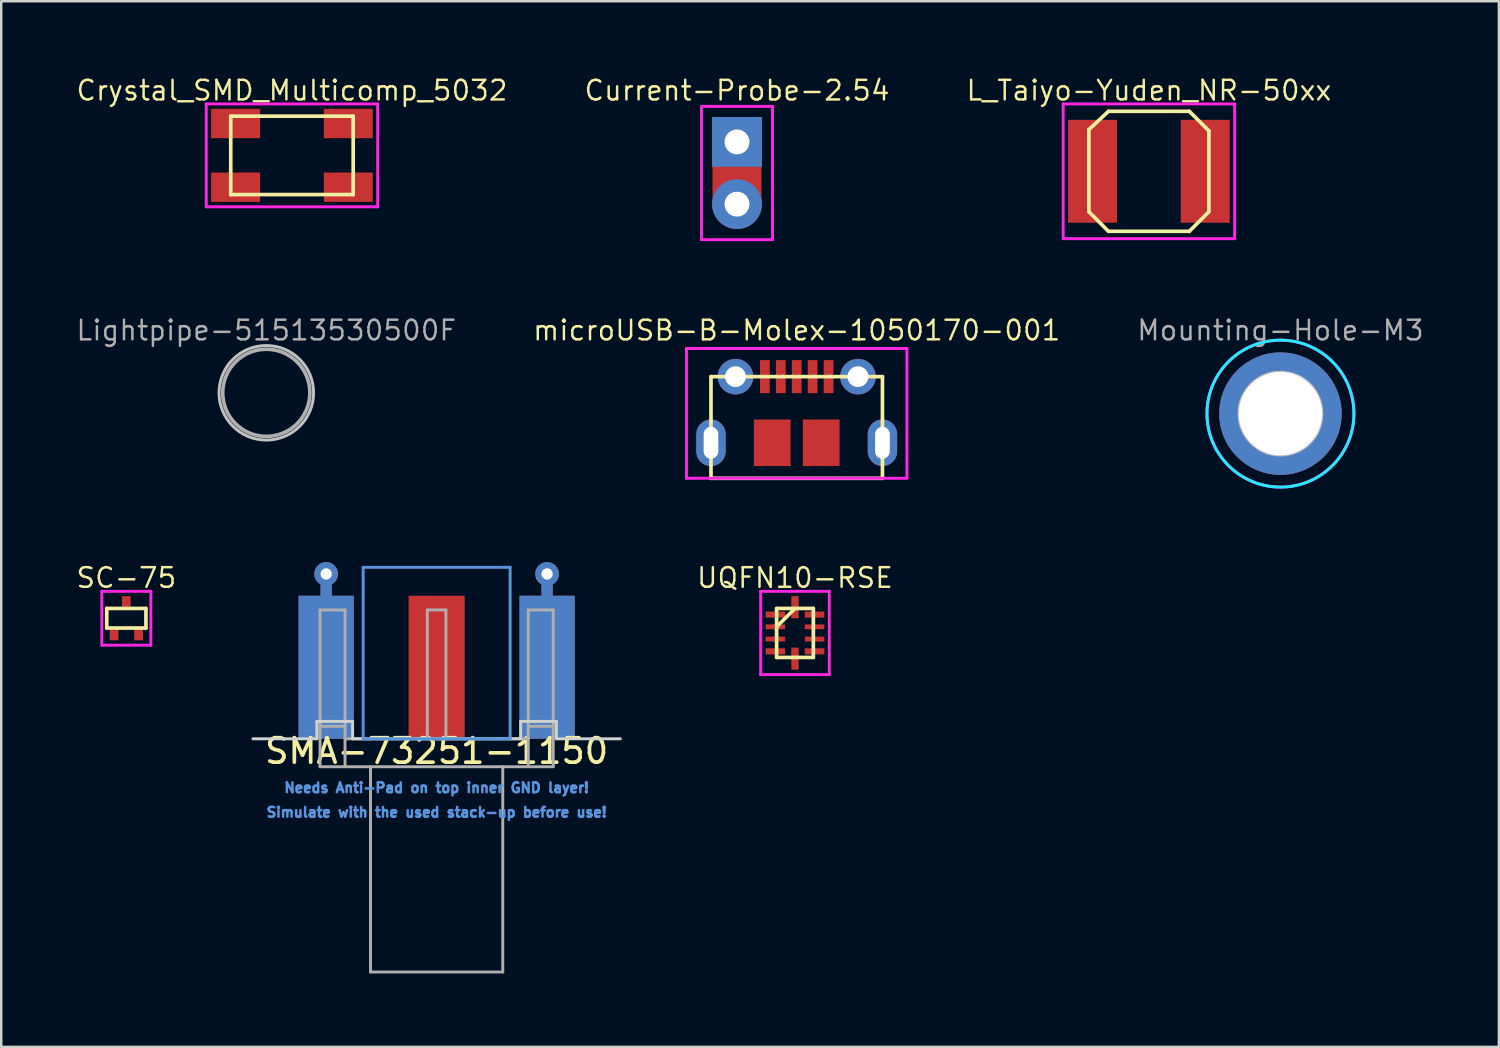
<source format=kicad_pcb>
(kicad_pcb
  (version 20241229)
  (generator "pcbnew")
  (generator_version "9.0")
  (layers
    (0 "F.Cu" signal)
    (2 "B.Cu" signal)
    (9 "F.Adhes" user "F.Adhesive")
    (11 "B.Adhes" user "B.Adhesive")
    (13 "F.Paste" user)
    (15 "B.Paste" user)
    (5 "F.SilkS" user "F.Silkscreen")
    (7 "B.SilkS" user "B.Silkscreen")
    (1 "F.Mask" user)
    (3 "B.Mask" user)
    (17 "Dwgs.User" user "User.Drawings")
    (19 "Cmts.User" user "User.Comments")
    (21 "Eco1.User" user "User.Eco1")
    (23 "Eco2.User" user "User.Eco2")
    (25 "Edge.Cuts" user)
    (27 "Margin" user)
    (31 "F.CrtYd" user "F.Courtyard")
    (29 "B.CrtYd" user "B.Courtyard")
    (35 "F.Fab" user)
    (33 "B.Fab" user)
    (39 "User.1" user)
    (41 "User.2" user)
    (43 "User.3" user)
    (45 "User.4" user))
  (footprint "UQFN10-RSE"
    (layer "F.Cu")
    (at 29.406 22.791)
    (property "Reference" "UQFN10-RSE" (at 0 -2.25 0) (layer "F.SilkS") (effects (font (size 0.8 0.8) (thickness 0.1))))
    (attr through_hole)
    (fp_line (start -0.75 -1) (end 0.75 -1) (stroke (width 0.15) (type solid)) (layer "F.SilkS"))
    (fp_line (start -0.75 1) (end -0.75 -1) (stroke (width 0.15) (type solid)) (layer "F.SilkS"))
    (fp_line (start 0 -1) (end -0.75 -0.25) (stroke (width 0.15) (type solid)) (layer "F.SilkS"))
    (fp_line (start 0.75 -1) (end 0.75 1) (stroke (width 0.15) (type solid)) (layer "F.SilkS"))
    (fp_line (start 0.75 1) (end -0.75 1) (stroke (width 0.15) (type solid)) (layer "F.SilkS"))
    (fp_line (start -1.4 -1.7) (end 1.4 -1.7) (stroke (width 0.12) (type solid)) (layer "F.CrtYd"))
    (fp_line (start -1.4 1.7) (end -1.4 -1.7) (stroke (width 0.12) (type solid)) (layer "F.CrtYd"))
    (fp_line (start 1.4 -1.7) (end 1.4 1.7) (stroke (width 0.12) (type solid)) (layer "F.CrtYd"))
    (fp_line (start 1.4 1.7) (end -1.4 1.7) (stroke (width 0.12) (type solid)) (layer "F.CrtYd"))
    (pad "1" smd rect (at -0.8 -0.75) (size 0.8 0.25) (layers "F.Cu" "F.Mask" "F.Paste"))
    (pad "2" smd rect (at -0.8 -0.25) (size 0.8 0.2) (layers "F.Cu" "F.Mask" "F.Paste"))
    (pad "3" smd rect (at -0.8 0.25) (size 0.8 0.2) (layers "F.Cu" "F.Mask" "F.Paste"))
    (pad "4" smd rect (at -0.8 0.75) (size 0.8 0.25) (layers "F.Cu" "F.Mask" "F.Paste"))
    (pad "5" smd rect (at 0 1.05) (size 0.3 0.9) (layers "F.Cu" "F.Mask" "F.Paste"))
    (pad "6" smd rect (at 0.8 0.75) (size 0.8 0.25) (layers "F.Cu" "F.Mask" "F.Paste"))
    (pad "7" smd rect (at 0.8 0.25) (size 0.8 0.2) (layers "F.Cu" "F.Mask" "F.Paste"))
    (pad "8" smd rect (at 0.8 -0.25) (size 0.8 0.2) (layers "F.Cu" "F.Mask" "F.Paste"))
    (pad "9" smd rect (at 0.8 -0.75) (size 0.8 0.25) (layers "F.Cu" "F.Mask" "F.Paste"))
    (pad "10" smd rect (at 0 -1.05) (size 0.3 0.9) (layers "F.Cu" "F.Mask" "F.Paste")))
  (footprint "Lightpipe-51513530500F"
    (layer "F.Cu")
    (at 7.822 12.987)
    (property "Reference" "Lightpipe-51513530500F" (at 0 -2.55 0) (layer "F.Fab") (effects (font (size 0.8 0.8) (thickness 0.1))))
    (attr through_hole)
    (fp_circle (center 0 0) (end 1.93 0) (stroke (width 0.12) (type solid)) (fill no) (layer "Dwgs.User"))
    (fp_circle (center 0 0) (end 1.78 0) (stroke (width 0.15) (type solid)) (fill no) (layer "F.Fab")))
  (footprint "Mounting-Hole-M3"
    (layer "F.Cu")
    (at 49.226 13.837)
    (property "Reference" "Mounting-Hole-M3" (at 0 -3.4 0) (layer "F.Fab") (effects (font (size 0.8 0.8) (thickness 0.1))))
    (attr through_hole)
    (fp_circle (center 0 0) (end 1.7 0) (stroke (width 0.1) (type solid)) (fill no) (layer "Dwgs.User"))
    (fp_circle (center 0 0) (end 3 0) (stroke (width 0.12) (type solid)) (fill no) (layer "B.CrtYd"))
    (fp_circle (center 0 0) (end 3 0) (stroke (width 0.12) (type solid)) (fill no) (layer "F.CrtYd"))
    (pad "1" thru_hole circle (at 0 0) (size 5 5) (drill 3.4) (layers "*.Cu" "*.Mask")))
  (footprint "SMA-73251-1150"
    (layer "F.Cu")
    (at 14.776 27.112)
    (property "Reference" "SMA-73251-1150" (at 0 0.5 0) (layer "F.SilkS") (effects (font (size 1 1) (thickness 0.15))))
    (attr through_hole)
    (fp_line (start -3 -7) (end 3 -7) (stroke (width 0.12) (type solid)) (layer "Cmts.User"))
    (fp_line (start -3 0) (end -3 -7) (stroke (width 0.12) (type solid)) (layer "Cmts.User"))
    (fp_line (start 3 -7) (end 3 0) (stroke (width 0.12) (type solid)) (layer "Cmts.User"))
    (fp_line (start 3 0) (end -3 0) (stroke (width 0.12) (type solid)) (layer "Cmts.User"))
    (fp_line (start -7.5 0) (end -4.89 0) (stroke (width 0.12) (type solid)) (layer "Edge.Cuts"))
    (fp_line (start -4.89 -0.71) (end -3.43 -0.71) (stroke (width 0.12) (type solid)) (layer "Edge.Cuts"))
    (fp_line (start -4.89 0) (end -4.89 -0.71) (stroke (width 0.12) (type solid)) (layer "Edge.Cuts"))
    (fp_line (start -3.43 -0.71) (end -3.43 0) (stroke (width 0.12) (type solid)) (layer "Edge.Cuts"))
    (fp_line (start -3.43 0) (end 3.43 0) (stroke (width 0.12) (type solid)) (layer "Edge.Cuts"))
    (fp_line (start 3.43 -0.71) (end 4.89 -0.71) (stroke (width 0.12) (type solid)) (layer "Edge.Cuts"))
    (fp_line (start 3.43 0) (end 3.43 -0.71) (stroke (width 0.12) (type solid)) (layer "Edge.Cuts"))
    (fp_line (start 4.89 -0.71) (end 4.89 0) (stroke (width 0.12) (type solid)) (layer "Edge.Cuts"))
    (fp_line (start 4.89 0) (end 7.5 0) (stroke (width 0.12) (type solid)) (layer "Edge.Cuts"))
    (fp_line (start -4.76 -5.26) (end -3.74 -5.26) (stroke (width 0.12) (type solid)) (layer "F.Fab"))
    (fp_line (start -4.76 -0.51) (end -3.74 -0.51) (stroke (width 0.12) (type solid)) (layer "F.Fab"))
    (fp_line (start -4.76 1.14) (end -4.76 -5.26) (stroke (width 0.12) (type solid)) (layer "F.Fab"))
    (fp_line (start -4.76 1.14) (end 4.76 1.14) (stroke (width 0.12) (type solid)) (layer "F.Fab"))
    (fp_line (start -3.74 0) (end 3.74 0) (stroke (width 0.12) (type solid)) (layer "F.Fab"))
    (fp_line (start -3.74 1.14) (end -3.74 -5.26) (stroke (width 0.12) (type solid)) (layer "F.Fab"))
    (fp_line (start -2.7 1.14) (end -2.7 9.52) (stroke (width 0.12) (type solid)) (layer "F.Fab"))
    (fp_line (start -2.7 9.52) (end 2.7 9.52) (stroke (width 0.12) (type solid)) (layer "F.Fab"))
    (fp_line (start -0.38 0) (end -0.38 -5.26) (stroke (width 0.12) (type solid)) (layer "F.Fab"))
    (fp_line (start 0.38 -5.26) (end -0.38 -5.26) (stroke (width 0.12) (type solid)) (layer "F.Fab"))
    (fp_line (start 0.38 -5.26) (end 0.38 0) (stroke (width 0.12) (type solid)) (layer "F.Fab"))
    (fp_line (start 2.7 1.14) (end 2.7 9.52) (stroke (width 0.12) (type solid)) (layer "F.Fab"))
    (fp_line (start 3.74 -5.26) (end 4.76 -5.26) (stroke (width 0.12) (type solid)) (layer "F.Fab"))
    (fp_line (start 3.74 1.14) (end 3.74 -5.26) (stroke (width 0.12) (type solid)) (layer "F.Fab"))
    (fp_line (start 4.76 -0.51) (end 3.74 -0.51) (stroke (width 0.12) (type solid)) (layer "F.Fab"))
    (fp_line (start 4.76 1.14) (end 4.76 -5.26) (stroke (width 0.12) (type solid)) (layer "F.Fab"))
    (fp_text user "Needs Anti-Pad on top inner GND layer!" (at 0 2 0) (layer "Cmts.User") (effects (font (size 0.4 0.4) (thickness 0.1))))
    (fp_text user "Simulate with the used stack-up before use!" (at 0 3 0) (layer "Cmts.User") (effects (font (size 0.4 0.4) (thickness 0.1))))
    (pad "1" smd rect (at 0 -2.92) (size 2.29 5.84) (layers "F.Cu" "F.Mask" "F.Paste"))
    (pad "2" thru_hole circle (at -4.51 -6.73) (size 0.97 0.97) (drill 0.46) (layers "*.Cu" "*.Mask"))
    (pad "2" smd rect (at -4.51 -6) (size 0.46 1) (layers "F.Cu" "F.Mask" "F.Paste"))
    (pad "2" smd rect (at -4.51 -6) (size 0.46 1) (layers "B.Cu" "B.Mask" "B.Paste"))
    (pad "2" smd rect (at -4.51 -2.92) (size 2.255 5.84) (layers "F.Cu" "F.Mask" "F.Paste"))
    (pad "2" smd rect (at -4.51 -2.92) (size 2.255 5.84) (layers "B.Cu" "B.Mask" "B.Paste"))
    (pad "2" thru_hole circle (at 4.51 -6.73) (size 0.97 0.97) (drill 0.46) (layers "*.Cu" "*.Mask"))
    (pad "2" smd rect (at 4.51 -6) (size 0.46 1) (layers "F.Cu" "F.Mask" "F.Paste"))
    (pad "2" smd rect (at 4.51 -6) (size 0.46 1) (layers "B.Cu" "B.Mask" "B.Paste"))
    (pad "2" smd rect (at 4.51 -2.92) (size 2.255 5.84) (layers "F.Cu" "F.Mask" "F.Paste"))
    (pad "2" smd rect (at 4.51 -2.92) (size 2.255 5.84) (layers "B.Cu" "B.Mask" "B.Paste")))
  (footprint "Current-Probe-2.54"
    (layer "F.Cu")
    (at 27.039 2.744)
    (property "Reference" "Current-Probe-2.54" (at 0 -2.1 0) (layer "F.SilkS") (effects (font (size 0.8 0.8) (thickness 0.1))))
    (attr through_hole)
    (fp_line (start -1.45 3.99) (end -1.45 -1.45) (stroke (width 0.12) (type solid)) (layer "F.CrtYd"))
    (fp_line (start 1.45 -1.45) (end -1.45 -1.45) (stroke (width 0.12) (type solid)) (layer "F.CrtYd"))
    (fp_line (start 1.45 -1.45) (end 1.45 3.99) (stroke (width 0.12) (type solid)) (layer "F.CrtYd"))
    (fp_line (start 1.45 3.99) (end -1.45 3.99) (stroke (width 0.12) (type solid)) (layer "F.CrtYd"))
    (pad "1" thru_hole rect (at 0 0) (size 2.032 2.032) (drill 1.016) (layers "*.Cu" "*.Mask"))
    (pad "1" smd rect (at 0 1.35) (size 2 2.54) (layers "F.Cu"))
    (pad "2" thru_hole oval (at 0 2.54) (size 2.032 2.032) (drill 1.016) (layers "*.Cu" "*.Mask")))
  (footprint "microUSB-B-Molex-1050170-001"
    (layer "F.Cu")
    (at 29.477 13.677)
    (property "Reference" "microUSB-B-Molex-1050170-001" (at 0 -3.24 0) (layer "F.SilkS") (effects (font (size 0.8 0.8) (thickness 0.1))))
    (attr smd)
    (fp_line (start -3.5 -1.35) (end 3.5 -1.35) (stroke (width 0.15) (type solid)) (layer "F.SilkS"))
    (fp_line (start -3.5 2.8) (end -3.5 -1.35) (stroke (width 0.15) (type solid)) (layer "F.SilkS"))
    (fp_line (start 3.5 -1.35) (end 3.5 2.8) (stroke (width 0.15) (type solid)) (layer "F.SilkS"))
    (fp_line (start 3.5 2.8) (end -3.5 2.8) (stroke (width 0.15) (type solid)) (layer "F.SilkS"))
    (fp_line (start -4.5 -2.5) (end -4.5 2.8) (stroke (width 0.12) (type solid)) (layer "F.CrtYd"))
    (fp_line (start -4.5 2.8) (end 4.5 2.8) (stroke (width 0.12) (type solid)) (layer "F.CrtYd"))
    (fp_line (start 4.5 -2.5) (end -4.5 -2.5) (stroke (width 0.12) (type solid)) (layer "F.CrtYd"))
    (fp_line (start 4.5 2.8) (end 4.5 -2.5) (stroke (width 0.12) (type solid)) (layer "F.CrtYd"))
    (pad "" smd rect (at -1 1.35) (size 1.5 1.9) (layers "F.Cu" "F.Mask" "F.Paste"))
    (pad "" smd rect (at 1 1.35) (size 1.5 1.9) (layers "F.Cu" "F.Mask" "F.Paste"))
    (pad "1" smd rect (at -1.3 -1.35 90) (size 1.35 0.4) (layers "F.Cu" "F.Mask" "F.Paste"))
    (pad "2" smd rect (at -0.65 -1.35 90) (size 1.35 0.4) (layers "F.Cu" "F.Mask" "F.Paste"))
    (pad "3" smd rect (at 0 -1.35 90) (size 1.35 0.4) (layers "F.Cu" "F.Mask" "F.Paste"))
    (pad "4" smd rect (at 0.65 -1.35 90) (size 1.35 0.4) (layers "F.Cu" "F.Mask" "F.Paste"))
    (pad "5" smd rect (at 1.3 -1.35 90) (size 1.35 0.4) (layers "F.Cu" "F.Mask" "F.Paste"))
    (pad "6" thru_hole oval (at -3.5 1.35 90) (size 1.9 1.2) (drill oval 1.3 0.6) (layers "*.Cu" "*.Mask"))
    (pad "6" thru_hole circle (at -2.5 -1.35) (size 1.45 1.45) (drill 0.85) (layers "*.Cu" "*.Mask"))
    (pad "6" thru_hole circle (at 2.5 -1.35) (size 1.45 1.45) (drill 0.85) (layers "*.Cu" "*.Mask"))
    (pad "6" thru_hole oval (at 3.5 1.35 90) (size 1.9 1.2) (drill oval 1.3 0.6) (layers "*.Cu" "*.Mask")))
  (footprint "SC-75"
    (layer "F.Cu")
    (at 2.108 22.191)
    (property "Reference" "SC-75" (at 0 -1.65 0) (layer "F.SilkS") (effects (font (size 0.8 0.8) (thickness 0.1))))
    (attr through_hole)
    (fp_line (start -0.8 -0.4) (end 0.8 -0.4) (stroke (width 0.15) (type solid)) (layer "F.SilkS"))
    (fp_line (start -0.8 0.4) (end -0.8 -0.4) (stroke (width 0.15) (type solid)) (layer "F.SilkS"))
    (fp_line (start 0.8 -0.4) (end 0.8 0.4) (stroke (width 0.15) (type solid)) (layer "F.SilkS"))
    (fp_line (start 0.8 0.4) (end -0.8 0.4) (stroke (width 0.15) (type solid)) (layer "F.SilkS"))
    (fp_line (start -1 -1.1) (end -1 1.1) (stroke (width 0.12) (type solid)) (layer "F.CrtYd"))
    (fp_line (start -1 1.1) (end 1 1.1) (stroke (width 0.12) (type solid)) (layer "F.CrtYd"))
    (fp_line (start 1 -1.1) (end -1 -1.1) (stroke (width 0.12) (type solid)) (layer "F.CrtYd"))
    (fp_line (start 1 1.1) (end 1 -1.1) (stroke (width 0.12) (type solid)) (layer "F.CrtYd"))
    (pad "1" smd rect (at -0.5 0.647) (size 0.356 0.508) (layers "F.Cu" "F.Mask" "F.Paste"))
    (pad "2" smd rect (at 0.5 0.647) (size 0.356 0.508) (layers "F.Cu" "F.Mask" "F.Paste"))
    (pad "3" smd rect (at 0 -0.647) (size 0.356 0.508) (layers "F.Cu" "F.Mask" "F.Paste")))
  (footprint "L_Taiyo-Yuden_NR-50xx"
    (layer "F.Cu")
    (at 43.855 3.943)
    (property "Reference" "L_Taiyo-Yuden_NR-50xx" (at 0 -3.3 0) (layer "F.SilkS") (effects (font (size 0.8 0.8) (thickness 0.1))))
    (attr smd)
    (fp_line (start -2.45 -1.7) (end -1.65 -2.45) (stroke (width 0.15) (type solid)) (layer "F.SilkS"))
    (fp_line (start -2.45 1.65) (end -2.45 -1.7) (stroke (width 0.15) (type solid)) (layer "F.SilkS"))
    (fp_line (start -1.65 -2.45) (end 1.65 -2.45) (stroke (width 0.15) (type solid)) (layer "F.SilkS"))
    (fp_line (start -1.65 2.45) (end -2.45 1.65) (stroke (width 0.15) (type solid)) (layer "F.SilkS"))
    (fp_line (start 1.65 -2.45) (end 2.45 -1.65) (stroke (width 0.15) (type solid)) (layer "F.SilkS"))
    (fp_line (start 1.65 2.45) (end -1.65 2.45) (stroke (width 0.15) (type solid)) (layer "F.SilkS"))
    (fp_line (start 2.45 -1.65) (end 2.45 1.65) (stroke (width 0.15) (type solid)) (layer "F.SilkS"))
    (fp_line (start 2.45 1.65) (end 1.65 2.45) (stroke (width 0.15) (type solid)) (layer "F.SilkS"))
    (fp_line (start -3.5 -2.75) (end 3.5 -2.75) (stroke (width 0.12) (type solid)) (layer "F.CrtYd"))
    (fp_line (start -3.5 2.75) (end -3.5 -2.75) (stroke (width 0.12) (type solid)) (layer "F.CrtYd"))
    (fp_line (start 3.5 -2.75) (end 3.5 2.75) (stroke (width 0.12) (type solid)) (layer "F.CrtYd"))
    (fp_line (start 3.5 2.75) (end -3.5 2.75) (stroke (width 0.12) (type solid)) (layer "F.CrtYd"))
    (pad "1" smd rect (at -2.3 0) (size 2 4.2) (layers "F.Cu" "F.Mask" "F.Paste"))
    (pad "2" smd rect (at 2.3 0) (size 2 4.2) (layers "F.Cu" "F.Mask" "F.Paste")))
  (footprint "Crystal_SMD_Multicomp_5032"
    (layer "F.Cu")
    (at 8.87 3.293)
    (property "Reference" "Crystal_SMD_Multicomp_5032" (at 0 -2.65 0) (layer "F.SilkS") (effects (font (size 0.8 0.8) (thickness 0.1))))
    (attr through_hole)
    (fp_line (start -2.5 -1.6) (end 2.5 -1.6) (stroke (width 0.15) (type solid)) (layer "F.SilkS"))
    (fp_line (start -2.5 1.6) (end -2.5 -1.6) (stroke (width 0.15) (type solid)) (layer "F.SilkS"))
    (fp_line (start 2.5 -1.6) (end 2.5 1.6) (stroke (width 0.15) (type solid)) (layer "F.SilkS"))
    (fp_line (start 2.5 1.6) (end -2.5 1.6) (stroke (width 0.15) (type solid)) (layer "F.SilkS"))
    (fp_line (start -3.5 -2.1) (end 3.5 -2.1) (stroke (width 0.12) (type solid)) (layer "F.CrtYd"))
    (fp_line (start -3.5 2.1) (end -3.5 -2.1) (stroke (width 0.12) (type solid)) (layer "F.CrtYd"))
    (fp_line (start 3.5 -2.1) (end 3.5 2.1) (stroke (width 0.12) (type solid)) (layer "F.CrtYd"))
    (fp_line (start 3.5 2.1) (end -3.5 2.1) (stroke (width 0.12) (type solid)) (layer "F.CrtYd"))
    (pad "1" smd rect (at -2.3 1.3) (size 2 1.2) (layers "F.Cu" "F.Mask" "F.Paste"))
    (pad "2" smd rect (at 2.3 1.3) (size 2 1.2) (layers "F.Cu" "F.Mask" "F.Paste"))
    (pad "3" smd rect (at 2.3 -1.3 180) (size 2 1.2) (layers "F.Cu" "F.Mask" "F.Paste"))
    (pad "4" smd rect (at -2.3 -1.3 180) (size 2 1.2) (layers "F.Cu" "F.Mask" "F.Paste")))
  (gr_rect
    (start -3 -3)
    (end 58.144 39.692)
    (stroke (width 0.1) (type default))
    (fill no)
    (layer "Edge.Cuts")))
</source>
